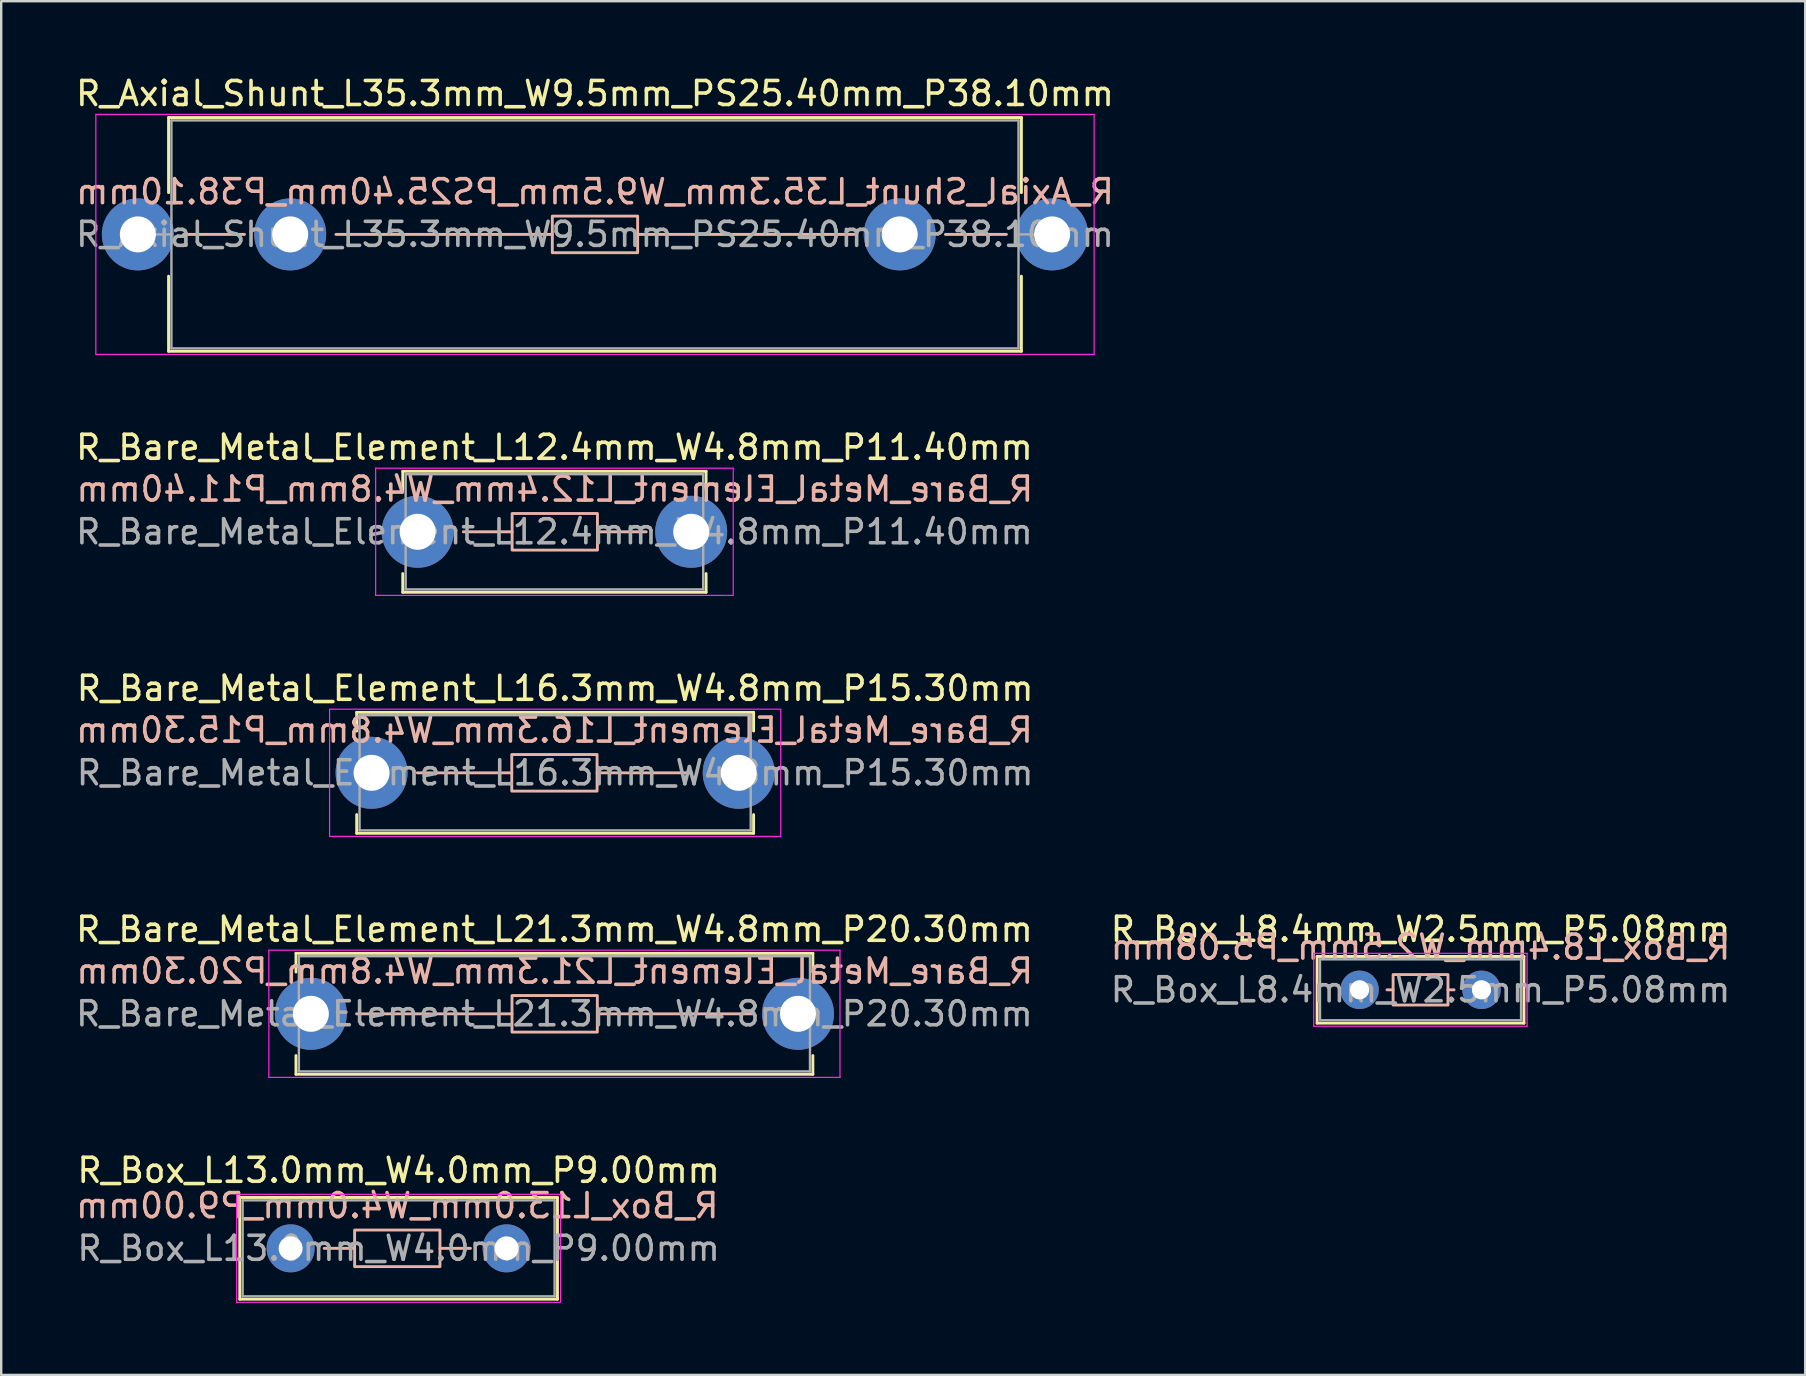
<source format=kicad_pcb>
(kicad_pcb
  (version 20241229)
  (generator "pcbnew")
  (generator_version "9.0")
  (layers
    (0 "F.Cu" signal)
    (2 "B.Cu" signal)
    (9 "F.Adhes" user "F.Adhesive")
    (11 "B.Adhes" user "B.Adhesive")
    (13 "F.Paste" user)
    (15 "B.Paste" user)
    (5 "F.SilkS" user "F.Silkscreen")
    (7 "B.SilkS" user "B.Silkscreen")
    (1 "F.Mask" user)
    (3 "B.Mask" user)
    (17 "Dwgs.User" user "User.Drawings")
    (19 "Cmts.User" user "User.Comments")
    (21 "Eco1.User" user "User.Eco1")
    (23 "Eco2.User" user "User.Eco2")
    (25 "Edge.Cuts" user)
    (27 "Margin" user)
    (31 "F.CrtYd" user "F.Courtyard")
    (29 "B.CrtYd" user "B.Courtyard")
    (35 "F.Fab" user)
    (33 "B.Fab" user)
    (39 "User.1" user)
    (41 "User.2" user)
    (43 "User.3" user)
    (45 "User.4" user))
  (footprint "R_Bare_Metal_Element_L16.3mm_W4.8mm_P15.30mm"
    (layer "F.Cu")
    (at 12.434 29.155)
    (property "Reference" "R_Bare_Metal_Element_L16.3mm_W4.8mm_P15.30mm" (at 7.65 -3.52 0) (layer "F.SilkS") (effects (font (size 1 1) (thickness 0.15))))
    (fp_line (start -0.62 -2.52) (end 15.92 -2.52) (stroke (width 0.12) (type solid)) (layer "F.SilkS"))
    (fp_line (start -0.62 -1.74) (end -0.62 -2.52) (stroke (width 0.12) (type solid)) (layer "F.SilkS"))
    (fp_line (start -0.62 1.74) (end -0.62 2.52) (stroke (width 0.12) (type solid)) (layer "F.SilkS"))
    (fp_line (start -0.62 2.52) (end 15.92 2.52) (stroke (width 0.12) (type solid)) (layer "F.SilkS"))
    (fp_line (start 15.92 -2.52) (end 15.92 -1.74) (stroke (width 0.12) (type solid)) (layer "F.SilkS"))
    (fp_line (start 15.92 2.52) (end 15.92 1.74) (stroke (width 0.12) (type solid)) (layer "F.SilkS"))
    (fp_line (start 5.842 0) (end 1.905 0) (stroke (width 0.12) (type solid)) (layer "B.SilkS"))
    (fp_line (start 9.398 0) (end 13.335 0) (stroke (width 0.12) (type solid)) (layer "B.SilkS"))
    (fp_rect (start 5.842 -0.762) (end 9.398 0.762) (stroke (width 0.12) (type solid)) (fill no) (layer "B.SilkS"))
    (fp_line (start -1.75 -2.65) (end -1.75 2.65) (stroke (width 0.05) (type solid)) (layer "F.CrtYd"))
    (fp_line (start -1.75 2.65) (end 17.05 2.65) (stroke (width 0.05) (type solid)) (layer "F.CrtYd"))
    (fp_line (start 17.05 -2.65) (end -1.75 -2.65) (stroke (width 0.05) (type solid)) (layer "F.CrtYd"))
    (fp_line (start 17.05 2.65) (end 17.05 -2.65) (stroke (width 0.05) (type solid)) (layer "F.CrtYd"))
    (fp_line (start -0.5 -2.4) (end -0.5 2.4) (stroke (width 0.1) (type solid)) (layer "F.Fab"))
    (fp_line (start -0.5 2.4) (end 15.8 2.4) (stroke (width 0.1) (type solid)) (layer "F.Fab"))
    (fp_line (start 15.8 -2.4) (end -0.5 -2.4) (stroke (width 0.1) (type solid)) (layer "F.Fab"))
    (fp_line (start 15.8 2.4) (end 15.8 -2.4) (stroke (width 0.1) (type solid)) (layer "F.Fab"))
    (fp_text user "${REFERENCE}" (at 7.62 -1.778 0) (layer "B.SilkS") (effects (font (size 1 1) (thickness 0.15)) (justify mirror)))
    (fp_text user "${REFERENCE}" (at 7.65 0 0) (layer "F.Fab") (effects (font (size 1 1) (thickness 0.15))))
    (pad "1" thru_hole circle (at 0 0) (size 3 3) (drill 1.5) (layers "*.Cu" "*.Mask"))
    (pad "2" thru_hole oval (at 15.3 0) (size 3 3) (drill 1.5) (layers "*.Cu" "*.Mask")))
  (footprint "R_Box_L13.0mm_W4.0mm_P9.00mm"
    (layer "F.Cu")
    (at 9.061 48.971)
    (property "Reference" "R_Box_L13.0mm_W4.0mm_P9.00mm" (at 4.5 -3.25 0) (layer "F.SilkS") (effects (font (size 1 1) (thickness 0.15))))
    (fp_line (start -2.12 -2.12) (end -2.12 2.12) (stroke (width 0.12) (type solid)) (layer "F.SilkS"))
    (fp_line (start -2.12 -2.12) (end 11.12 -2.12) (stroke (width 0.12) (type solid)) (layer "F.SilkS"))
    (fp_line (start -2.12 2.12) (end 11.12 2.12) (stroke (width 0.12) (type solid)) (layer "F.SilkS"))
    (fp_line (start 11.12 -2.12) (end 11.12 2.12) (stroke (width 0.12) (type solid)) (layer "F.SilkS"))
    (fp_line (start 2.667 0) (end 1.397 0) (stroke (width 0.12) (type solid)) (layer "B.SilkS"))
    (fp_line (start 7.493 0) (end 6.223 0) (stroke (width 0.12) (type solid)) (layer "B.SilkS"))
    (fp_rect (start 2.667 -0.762) (end 6.223 0.762) (stroke (width 0.12) (type solid)) (fill no) (layer "B.SilkS"))
    (fp_line (start -2.25 -2.25) (end -2.25 2.25) (stroke (width 0.05) (type solid)) (layer "F.CrtYd"))
    (fp_line (start -2.25 2.25) (end 11.25 2.25) (stroke (width 0.05) (type solid)) (layer "F.CrtYd"))
    (fp_line (start 11.25 -2.25) (end -2.25 -2.25) (stroke (width 0.05) (type solid)) (layer "F.CrtYd"))
    (fp_line (start 11.25 2.25) (end 11.25 -2.25) (stroke (width 0.05) (type solid)) (layer "F.CrtYd"))
    (fp_line (start -2 -2) (end -2 2) (stroke (width 0.1) (type solid)) (layer "F.Fab"))
    (fp_line (start -2 2) (end 11 2) (stroke (width 0.1) (type solid)) (layer "F.Fab"))
    (fp_line (start 11 -2) (end -2 -2) (stroke (width 0.1) (type solid)) (layer "F.Fab"))
    (fp_line (start 11 2) (end 11 -2) (stroke (width 0.1) (type solid)) (layer "F.Fab"))
    (fp_text user "${REFERENCE}" (at 4.445 -1.778 0) (layer "B.SilkS") (effects (font (size 1 1) (thickness 0.15)) (justify mirror)))
    (fp_text user "${REFERENCE}" (at 4.5 0 0) (layer "F.Fab") (effects (font (size 1 1) (thickness 0.15))))
    (pad "1" thru_hole circle (at 0 0) (size 2 2) (drill 1) (layers "*.Cu" "*.Mask"))
    (pad "2" thru_hole circle (at 9 0) (size 2 2) (drill 1) (layers "*.Cu" "*.Mask")))
  (footprint "R_Bare_Metal_Element_L12.4mm_W4.8mm_P11.40mm"
    (layer "F.Cu")
    (at 14.354 19.111)
    (property "Reference" "R_Bare_Metal_Element_L12.4mm_W4.8mm_P11.40mm" (at 5.7 -3.52 0) (layer "F.SilkS") (effects (font (size 1 1) (thickness 0.15))))
    (fp_line (start -0.62 -2.52) (end 12.02 -2.52) (stroke (width 0.12) (type solid)) (layer "F.SilkS"))
    (fp_line (start -0.62 -1.74) (end -0.62 -2.52) (stroke (width 0.12) (type solid)) (layer "F.SilkS"))
    (fp_line (start -0.62 1.74) (end -0.62 2.52) (stroke (width 0.12) (type solid)) (layer "F.SilkS"))
    (fp_line (start -0.62 2.52) (end 12.02 2.52) (stroke (width 0.12) (type solid)) (layer "F.SilkS"))
    (fp_line (start 12.02 -2.52) (end 12.02 -1.74) (stroke (width 0.12) (type solid)) (layer "F.SilkS"))
    (fp_line (start 12.02 2.52) (end 12.02 1.74) (stroke (width 0.12) (type solid)) (layer "F.SilkS"))
    (fp_line (start 3.937 0) (end 1.905 0) (stroke (width 0.12) (type solid)) (layer "B.SilkS"))
    (fp_line (start 7.493 0) (end 9.525 0) (stroke (width 0.12) (type solid)) (layer "B.SilkS"))
    (fp_rect (start 3.937 -0.762) (end 7.493 0.762) (stroke (width 0.12) (type solid)) (fill no) (layer "B.SilkS"))
    (fp_line (start -1.75 -2.65) (end -1.75 2.65) (stroke (width 0.05) (type solid)) (layer "F.CrtYd"))
    (fp_line (start -1.75 2.65) (end 13.15 2.65) (stroke (width 0.05) (type solid)) (layer "F.CrtYd"))
    (fp_line (start 13.15 -2.65) (end -1.75 -2.65) (stroke (width 0.05) (type solid)) (layer "F.CrtYd"))
    (fp_line (start 13.15 2.65) (end 13.15 -2.65) (stroke (width 0.05) (type solid)) (layer "F.CrtYd"))
    (fp_line (start -0.5 -2.4) (end -0.5 2.4) (stroke (width 0.1) (type solid)) (layer "F.Fab"))
    (fp_line (start -0.5 2.4) (end 11.9 2.4) (stroke (width 0.1) (type solid)) (layer "F.Fab"))
    (fp_line (start 11.9 -2.4) (end -0.5 -2.4) (stroke (width 0.1) (type solid)) (layer "F.Fab"))
    (fp_line (start 11.9 2.4) (end 11.9 -2.4) (stroke (width 0.1) (type solid)) (layer "F.Fab"))
    (fp_text user "${REFERENCE}" (at 5.715 -1.778 0) (layer "B.SilkS") (effects (font (size 1 1) (thickness 0.15)) (justify mirror)))
    (fp_text user "${REFERENCE}" (at 5.7 0 0) (layer "F.Fab") (effects (font (size 1 1) (thickness 0.15))))
    (pad "1" thru_hole circle (at 0 0) (size 3 3) (drill 1.5) (layers "*.Cu" "*.Mask"))
    (pad "2" thru_hole oval (at 11.4 0) (size 3 3) (drill 1.5) (layers "*.Cu" "*.Mask")))
  (footprint "R_Box_L8.4mm_W2.5mm_P5.08mm"
    (layer "F.Cu")
    (at 53.607 38.198)
    (property "Reference" "R_Box_L8.4mm_W2.5mm_P5.08mm" (at 2.54 -2.52 0) (layer "F.SilkS") (effects (font (size 1 1) (thickness 0.15))))
    (fp_line (start -1.77 -1.39) (end -1.77 1.39) (stroke (width 0.12) (type solid)) (layer "F.SilkS"))
    (fp_line (start -1.77 -1.39) (end 6.85 -1.39) (stroke (width 0.12) (type solid)) (layer "F.SilkS"))
    (fp_line (start -1.77 1.39) (end 6.85 1.39) (stroke (width 0.12) (type solid)) (layer "F.SilkS"))
    (fp_line (start 6.85 -1.39) (end 6.85 1.39) (stroke (width 0.12) (type solid)) (layer "F.SilkS"))
    (fp_line (start 1.143 0) (end 1.397 0) (stroke (width 0.12) (type solid)) (layer "B.SilkS"))
    (fp_line (start 3.937 0) (end 3.683 0) (stroke (width 0.12) (type solid)) (layer "B.SilkS"))
    (fp_rect (start 1.397 -0.635) (end 3.683 0.635) (stroke (width 0.12) (type solid)) (fill no) (layer "B.SilkS"))
    (fp_line (start -1.91 -1.52) (end -1.91 1.52) (stroke (width 0.05) (type solid)) (layer "F.CrtYd"))
    (fp_line (start -1.91 1.52) (end 6.98 1.52) (stroke (width 0.05) (type solid)) (layer "F.CrtYd"))
    (fp_line (start 6.98 -1.52) (end -1.91 -1.52) (stroke (width 0.05) (type solid)) (layer "F.CrtYd"))
    (fp_line (start 6.98 1.52) (end 6.98 -1.52) (stroke (width 0.05) (type solid)) (layer "F.CrtYd"))
    (fp_line (start -1.65 -1.27) (end -1.65 1.27) (stroke (width 0.1) (type solid)) (layer "F.Fab"))
    (fp_line (start -1.65 1.27) (end 6.73 1.27) (stroke (width 0.1) (type solid)) (layer "F.Fab"))
    (fp_line (start 6.73 -1.27) (end -1.65 -1.27) (stroke (width 0.1) (type solid)) (layer "F.Fab"))
    (fp_line (start 6.73 1.27) (end 6.73 -1.27) (stroke (width 0.1) (type solid)) (layer "F.Fab"))
    (fp_text user "${REFERENCE}" (at 2.54 -1.778 0) (layer "B.SilkS") (effects (font (size 1 1) (thickness 0.15)) (justify mirror)))
    (fp_text user "${REFERENCE}" (at 2.54 0 0) (layer "F.Fab") (effects (font (size 1 1) (thickness 0.15))))
    (pad "1" thru_hole circle (at 0 0) (size 1.6 1.6) (drill 0.8) (layers "*.Cu" "*.Mask"))
    (pad "2" thru_hole circle (at 5.08 0) (size 1.6 1.6) (drill 0.8) (layers "*.Cu" "*.Mask")))
  (footprint "R_Axial_Shunt_L35.3mm_W9.5mm_PS25.40mm_P38.10mm"
    (layer "F.Cu")
    (at 2.694 6.718)
    (property "Reference" "R_Axial_Shunt_L35.3mm_W9.5mm_PS25.40mm_P38.10mm" (at 19.05 -5.87 0) (layer "F.SilkS") (effects (font (size 1 1) (thickness 0.15))))
    (fp_line (start 1.28 -4.87) (end 36.82 -4.87) (stroke (width 0.12) (type solid)) (layer "F.SilkS"))
    (fp_line (start 1.28 -1.74) (end 1.28 -4.87) (stroke (width 0.12) (type solid)) (layer "F.SilkS"))
    (fp_line (start 1.28 1.74) (end 1.28 4.87) (stroke (width 0.12) (type solid)) (layer "F.SilkS"))
    (fp_line (start 1.28 4.87) (end 36.82 4.87) (stroke (width 0.12) (type solid)) (layer "F.SilkS"))
    (fp_line (start 36.82 -4.87) (end 36.82 -1.74) (stroke (width 0.12) (type solid)) (layer "F.SilkS"))
    (fp_line (start 36.82 4.87) (end 36.82 1.74) (stroke (width 0.12) (type solid)) (layer "F.SilkS"))
    (fp_line (start 1.905 0) (end 4.445 0) (stroke (width 0.12) (type solid)) (layer "B.SilkS"))
    (fp_line (start 17.272 0) (end 8.255 0) (stroke (width 0.12) (type solid)) (layer "B.SilkS"))
    (fp_line (start 20.828 0) (end 29.845 0) (stroke (width 0.12) (type solid)) (layer "B.SilkS"))
    (fp_line (start 33.655 0) (end 36.195 0) (stroke (width 0.12) (type solid)) (layer "B.SilkS"))
    (fp_rect (start 17.272 -0.762) (end 20.828 0.762) (stroke (width 0.12) (type solid)) (fill no) (layer "B.SilkS"))
    (fp_line (start -1.75 -5) (end -1.75 5) (stroke (width 0.05) (type solid)) (layer "F.CrtYd"))
    (fp_line (start -1.75 5) (end 39.85 5) (stroke (width 0.05) (type solid)) (layer "F.CrtYd"))
    (fp_line (start 39.85 -5) (end -1.75 -5) (stroke (width 0.05) (type solid)) (layer "F.CrtYd"))
    (fp_line (start 39.85 5) (end 39.85 -5) (stroke (width 0.05) (type solid)) (layer "F.CrtYd"))
    (fp_line (start 0 0) (end 1.4 0) (stroke (width 0.1) (type solid)) (layer "F.Fab"))
    (fp_line (start 1.4 -4.75) (end 1.4 4.75) (stroke (width 0.1) (type solid)) (layer "F.Fab"))
    (fp_line (start 1.4 4.75) (end 36.7 4.75) (stroke (width 0.1) (type solid)) (layer "F.Fab"))
    (fp_line (start 36.7 -4.75) (end 1.4 -4.75) (stroke (width 0.1) (type solid)) (layer "F.Fab"))
    (fp_line (start 36.7 4.75) (end 36.7 -4.75) (stroke (width 0.1) (type solid)) (layer "F.Fab"))
    (fp_line (start 38.1 0) (end 36.7 0) (stroke (width 0.1) (type solid)) (layer "F.Fab"))
    (fp_text user "${REFERENCE}" (at 19.05 -1.778 0) (layer "B.SilkS") (effects (font (size 1 1) (thickness 0.15)) (justify mirror)))
    (fp_text user "${REFERENCE}" (at 19.05 0 0) (layer "F.Fab") (effects (font (size 1 1) (thickness 0.15))))
    (pad "1" thru_hole circle (at 0 0) (size 3 3) (drill 1.5) (layers "*.Cu" "*.Mask"))
    (pad "2" thru_hole oval (at 6.35 0) (size 3 3) (drill 1.5) (layers "*.Cu" "*.Mask"))
    (pad "3" thru_hole oval (at 31.75 0) (size 3 3) (drill 1.5) (layers "*.Cu" "*.Mask"))
    (pad "4" thru_hole oval (at 38.1 0) (size 3 3) (drill 1.5) (layers "*.Cu" "*.Mask")))
  (footprint "R_Bare_Metal_Element_L21.3mm_W4.8mm_P20.30mm"
    (layer "F.Cu")
    (at 9.904 39.198)
    (property "Reference" "R_Bare_Metal_Element_L21.3mm_W4.8mm_P20.30mm" (at 10.15 -3.52 0) (layer "F.SilkS") (effects (font (size 1 1) (thickness 0.15))))
    (fp_line (start -0.62 -2.52) (end 20.92 -2.52) (stroke (width 0.12) (type solid)) (layer "F.SilkS"))
    (fp_line (start -0.62 -1.74) (end -0.62 -2.52) (stroke (width 0.12) (type solid)) (layer "F.SilkS"))
    (fp_line (start -0.62 1.74) (end -0.62 2.52) (stroke (width 0.12) (type solid)) (layer "F.SilkS"))
    (fp_line (start -0.62 2.52) (end 20.92 2.52) (stroke (width 0.12) (type solid)) (layer "F.SilkS"))
    (fp_line (start 20.92 -2.52) (end 20.92 -1.74) (stroke (width 0.12) (type solid)) (layer "F.SilkS"))
    (fp_line (start 20.92 2.52) (end 20.92 1.74) (stroke (width 0.12) (type solid)) (layer "F.SilkS"))
    (fp_line (start 8.382 0) (end 1.905 0) (stroke (width 0.12) (type solid)) (layer "B.SilkS"))
    (fp_line (start 11.938 0) (end 18.415 0) (stroke (width 0.12) (type solid)) (layer "B.SilkS"))
    (fp_rect (start 8.382 -0.762) (end 11.938 0.762) (stroke (width 0.12) (type solid)) (fill no) (layer "B.SilkS"))
    (fp_line (start -1.75 -2.65) (end -1.75 2.65) (stroke (width 0.05) (type solid)) (layer "F.CrtYd"))
    (fp_line (start -1.75 2.65) (end 22.05 2.65) (stroke (width 0.05) (type solid)) (layer "F.CrtYd"))
    (fp_line (start 22.05 -2.65) (end -1.75 -2.65) (stroke (width 0.05) (type solid)) (layer "F.CrtYd"))
    (fp_line (start 22.05 2.65) (end 22.05 -2.65) (stroke (width 0.05) (type solid)) (layer "F.CrtYd"))
    (fp_line (start -0.5 -2.4) (end -0.5 2.4) (stroke (width 0.1) (type solid)) (layer "F.Fab"))
    (fp_line (start -0.5 2.4) (end 20.8 2.4) (stroke (width 0.1) (type solid)) (layer "F.Fab"))
    (fp_line (start 20.8 -2.4) (end -0.5 -2.4) (stroke (width 0.1) (type solid)) (layer "F.Fab"))
    (fp_line (start 20.8 2.4) (end 20.8 -2.4) (stroke (width 0.1) (type solid)) (layer "F.Fab"))
    (fp_text user "${REFERENCE}" (at 10.16 -1.778 0) (layer "B.SilkS") (effects (font (size 1 1) (thickness 0.15)) (justify mirror)))
    (fp_text user "${REFERENCE}" (at 10.15 0 0) (layer "F.Fab") (effects (font (size 1 1) (thickness 0.15))))
    (pad "1" thru_hole circle (at 0 0) (size 3 3) (drill 1.5) (layers "*.Cu" "*.Mask"))
    (pad "2" thru_hole oval (at 20.3 0) (size 3 3) (drill 1.5) (layers "*.Cu" "*.Mask")))
  (gr_rect
    (start -3 -3)
    (end 72.177 54.246)
    (stroke (width 0.1) (type default))
    (fill no)
    (layer "Edge.Cuts")))
</source>
